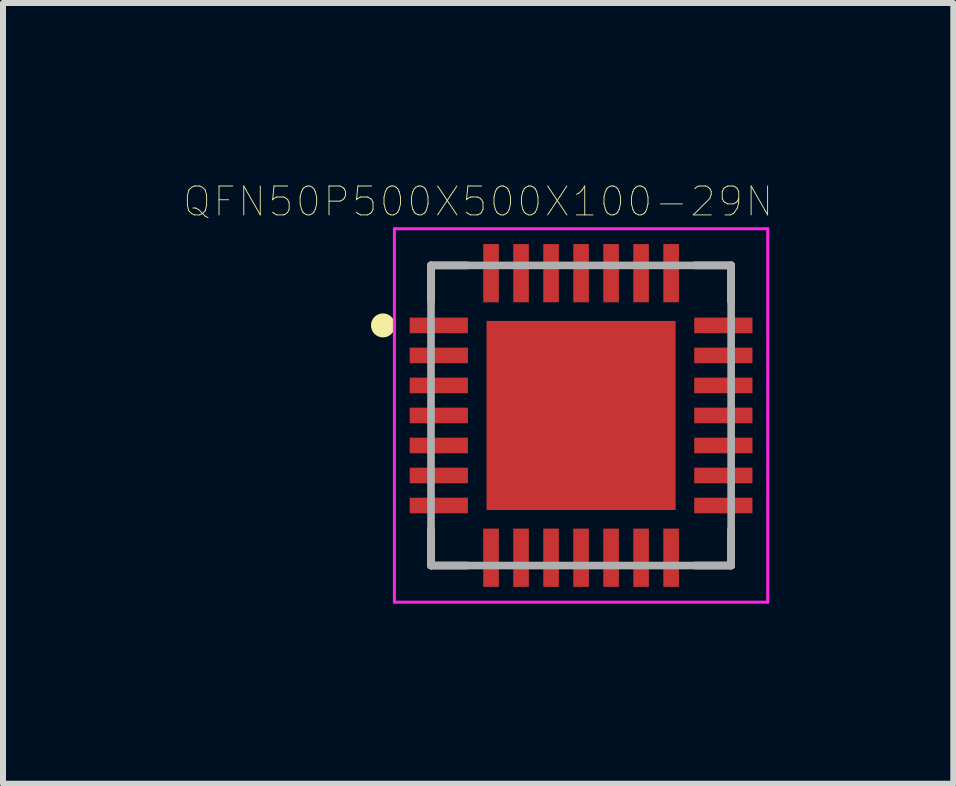
<source format=kicad_pcb>
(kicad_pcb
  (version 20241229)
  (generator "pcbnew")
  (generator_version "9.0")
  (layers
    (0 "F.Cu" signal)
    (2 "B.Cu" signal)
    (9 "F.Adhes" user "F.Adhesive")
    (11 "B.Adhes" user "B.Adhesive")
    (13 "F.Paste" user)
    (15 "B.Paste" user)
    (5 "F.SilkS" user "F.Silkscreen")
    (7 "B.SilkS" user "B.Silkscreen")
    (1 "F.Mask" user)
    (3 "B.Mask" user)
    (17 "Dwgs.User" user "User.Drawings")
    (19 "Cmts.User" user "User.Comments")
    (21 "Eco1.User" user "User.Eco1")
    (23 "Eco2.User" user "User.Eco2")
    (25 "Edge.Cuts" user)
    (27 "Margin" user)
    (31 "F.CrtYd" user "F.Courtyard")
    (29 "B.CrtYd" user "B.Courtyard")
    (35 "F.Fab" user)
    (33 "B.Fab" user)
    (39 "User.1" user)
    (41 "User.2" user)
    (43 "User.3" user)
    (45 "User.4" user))
  (footprint "QFN50P500X500X100-29N"
    (layer "F.Cu")
    (at 6.63 3.871)
    (property "Reference" "QFN50P500X500X100-29N" (at -1.714 -3.563 0) (layer "F.SilkS") (effects (font (size 0.481 0.481) (thickness 0.015))))
    (attr through_hole)
    (fp_line (start -2.5 -2.5) (end -1.9 -2.5) (stroke (width 0.127) (type solid)) (layer "F.SilkS"))
    (fp_line (start -2.5 -1.9) (end -2.5 -2.5) (stroke (width 0.127) (type solid)) (layer "F.SilkS"))
    (fp_line (start -2.5 2.5) (end -2.5 1.9) (stroke (width 0.127) (type solid)) (layer "F.SilkS"))
    (fp_line (start -1.9 2.5) (end -2.5 2.5) (stroke (width 0.127) (type solid)) (layer "F.SilkS"))
    (fp_line (start 1.9 -2.5) (end 2.5 -2.5) (stroke (width 0.127) (type solid)) (layer "F.SilkS"))
    (fp_line (start 2.5 -2.5) (end 2.5 -1.9) (stroke (width 0.127) (type solid)) (layer "F.SilkS"))
    (fp_line (start 2.5 1.9) (end 2.5 2.5) (stroke (width 0.127) (type solid)) (layer "F.SilkS"))
    (fp_line (start 2.5 2.5) (end 1.9 2.5) (stroke (width 0.127) (type solid)) (layer "F.SilkS"))
    (fp_circle (center -3.3 -1.5) (end -3.2 -1.5) (stroke (width 0.2) (type solid)) (fill no) (layer "F.SilkS"))
    (fp_poly (pts (xy -0.991 -0.989) (xy 0.989 -0.989) (xy 0.989 0.991) (xy -0.991 0.991)) (stroke (width 0.01) (type solid)) (fill yes) (layer "F.Paste"))
    (fp_line (start -3.11 -3.11) (end 3.11 -3.11) (stroke (width 0.05) (type solid)) (layer "F.CrtYd"))
    (fp_line (start -3.11 3.11) (end -3.11 -3.11) (stroke (width 0.05) (type solid)) (layer "F.CrtYd"))
    (fp_line (start 3.11 -3.11) (end 3.11 3.11) (stroke (width 0.05) (type solid)) (layer "F.CrtYd"))
    (fp_line (start 3.11 3.11) (end -3.11 3.11) (stroke (width 0.05) (type solid)) (layer "F.CrtYd"))
    (fp_line (start -2.5 -2.5) (end 2.5 -2.5) (stroke (width 0.127) (type solid)) (layer "F.Fab"))
    (fp_line (start -2.5 2.5) (end -2.5 -2.5) (stroke (width 0.127) (type solid)) (layer "F.Fab"))
    (fp_line (start 2.5 -2.5) (end 2.5 2.5) (stroke (width 0.127) (type solid)) (layer "F.Fab"))
    (fp_line (start 2.5 2.5) (end -2.5 2.5) (stroke (width 0.127) (type solid)) (layer "F.Fab"))
    (pad "1" smd rect (at -2.37 -1.5) (size 0.97 0.26) (layers "F.Cu" "F.Mask" "F.Paste"))
    (pad "2" smd rect (at -2.37 -1) (size 0.97 0.26) (layers "F.Cu" "F.Mask" "F.Paste"))
    (pad "3" smd rect (at -2.37 -0.5) (size 0.97 0.26) (layers "F.Cu" "F.Mask" "F.Paste"))
    (pad "4" smd rect (at -2.37 0) (size 0.97 0.26) (layers "F.Cu" "F.Mask" "F.Paste"))
    (pad "5" smd rect (at -2.37 0.5) (size 0.97 0.26) (layers "F.Cu" "F.Mask" "F.Paste"))
    (pad "6" smd rect (at -2.37 1) (size 0.97 0.26) (layers "F.Cu" "F.Mask" "F.Paste"))
    (pad "7" smd rect (at -2.37 1.5) (size 0.97 0.26) (layers "F.Cu" "F.Mask" "F.Paste"))
    (pad "8" smd rect (at -1.5 2.37) (size 0.26 0.97) (layers "F.Cu" "F.Mask" "F.Paste"))
    (pad "9" smd rect (at -1 2.37) (size 0.26 0.97) (layers "F.Cu" "F.Mask" "F.Paste"))
    (pad "10" smd rect (at -0.5 2.37) (size 0.26 0.97) (layers "F.Cu" "F.Mask" "F.Paste"))
    (pad "11" smd rect (at 0 2.37) (size 0.26 0.97) (layers "F.Cu" "F.Mask" "F.Paste"))
    (pad "12" smd rect (at 0.5 2.37) (size 0.26 0.97) (layers "F.Cu" "F.Mask" "F.Paste"))
    (pad "13" smd rect (at 1 2.37) (size 0.26 0.97) (layers "F.Cu" "F.Mask" "F.Paste"))
    (pad "14" smd rect (at 1.5 2.37) (size 0.26 0.97) (layers "F.Cu" "F.Mask" "F.Paste"))
    (pad "15" smd rect (at 2.37 1.5) (size 0.97 0.26) (layers "F.Cu" "F.Mask" "F.Paste"))
    (pad "16" smd rect (at 2.37 1) (size 0.97 0.26) (layers "F.Cu" "F.Mask" "F.Paste"))
    (pad "17" smd rect (at 2.37 0.5) (size 0.97 0.26) (layers "F.Cu" "F.Mask" "F.Paste"))
    (pad "18" smd rect (at 2.37 0) (size 0.97 0.26) (layers "F.Cu" "F.Mask" "F.Paste"))
    (pad "19" smd rect (at 2.37 -0.5) (size 0.97 0.26) (layers "F.Cu" "F.Mask" "F.Paste"))
    (pad "20" smd rect (at 2.37 -1) (size 0.97 0.26) (layers "F.Cu" "F.Mask" "F.Paste"))
    (pad "21" smd rect (at 2.37 -1.5) (size 0.97 0.26) (layers "F.Cu" "F.Mask" "F.Paste"))
    (pad "22" smd rect (at 1.5 -2.37) (size 0.26 0.97) (layers "F.Cu" "F.Mask" "F.Paste"))
    (pad "23" smd rect (at 1 -2.37) (size 0.26 0.97) (layers "F.Cu" "F.Mask" "F.Paste"))
    (pad "24" smd rect (at 0.5 -2.37) (size 0.26 0.97) (layers "F.Cu" "F.Mask" "F.Paste"))
    (pad "25" smd rect (at 0 -2.37) (size 0.26 0.97) (layers "F.Cu" "F.Mask" "F.Paste"))
    (pad "26" smd rect (at -0.5 -2.37) (size 0.26 0.97) (layers "F.Cu" "F.Mask" "F.Paste"))
    (pad "27" smd rect (at -1 -2.37) (size 0.26 0.97) (layers "F.Cu" "F.Mask" "F.Paste"))
    (pad "28" smd rect (at -1.5 -2.37) (size 0.26 0.97) (layers "F.Cu" "F.Mask" "F.Paste"))
    (pad "29" smd rect (at 0 0) (size 3.15 3.15) (layers "F.Cu" "F.Mask")))
  (gr_rect
    (start -3 -3)
    (end 12.831 10.006)
    (stroke (width 0.1) (type default))
    (fill no)
    (layer "Edge.Cuts")))
</source>
